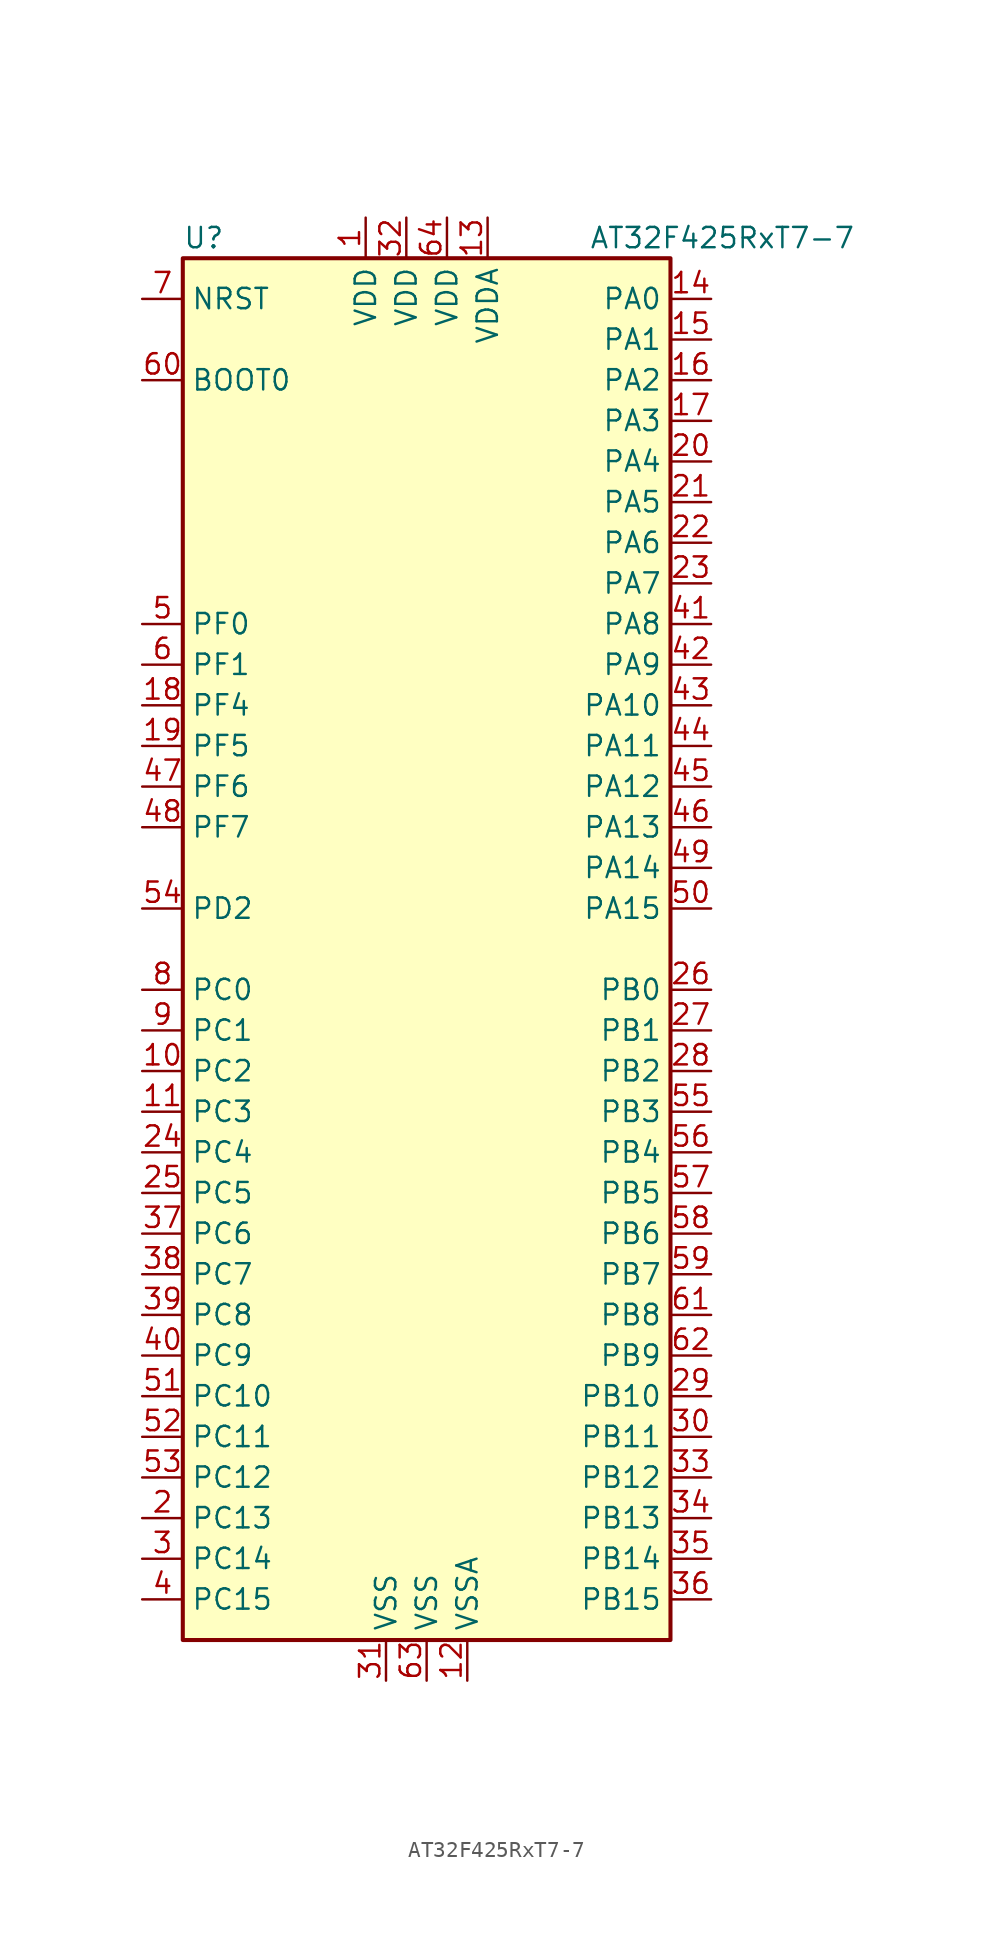
<source format=kicad_sym>
(kicad_symbol_lib
  (version 20220331)
  (generator kicad_symbol_editor)
  (symbol "AT32F425RxT7-7"
    (property "Reference" "U"
      (at -15.24 44.45 0)
      (effects (font (size 1.27 1.27)) (justify left)))
    (property "Value" "AT32F425RxT7-7"
      (at 10.16 44.45 0)
      (effects (font (size 1.27 1.27)) (justify left)))
    (symbol "AT32F425RxT7-7_0_1"
      (rectangle (start -15.24 -43.18) (end 15.24 43.18) (stroke (width 0.254) (type default)) (fill (type background))))
    (symbol "AT32F425RxT7-7_1_1"
      (pin power_in line (at -3.81 45.72 270) (length 2.54) (name "VDD" (effects (font (size 1.27 1.27)))) (number "1" (effects (font (size 1.27 1.27)))))
      (pin bidirectional line (at -17.78 -7.62 0) (length 2.54) (name "PC2" (effects (font (size 1.27 1.27)))) (number "10" (effects (font (size 1.27 1.27)))))
      (pin bidirectional line (at -17.78 -10.16 0) (length 2.54) (name "PC3" (effects (font (size 1.27 1.27)))) (number "11" (effects (font (size 1.27 1.27)))))
      (pin power_in line (at 2.54 -45.72 90) (length 2.54) (name "VSSA" (effects (font (size 1.27 1.27)))) (number "12" (effects (font (size 1.27 1.27)))))
      (pin power_in line (at 3.81 45.72 270) (length 2.54) (name "VDDA" (effects (font (size 1.27 1.27)))) (number "13" (effects (font (size 1.27 1.27)))))
      (pin bidirectional line (at 17.78 40.64 180) (length 2.54) (name "PA0" (effects (font (size 1.27 1.27)))) (number "14" (effects (font (size 1.27 1.27)))))
      (pin bidirectional line (at 17.78 38.1 180) (length 2.54) (name "PA1" (effects (font (size 1.27 1.27)))) (number "15" (effects (font (size 1.27 1.27)))))
      (pin bidirectional line (at 17.78 35.56 180) (length 2.54) (name "PA2" (effects (font (size 1.27 1.27)))) (number "16" (effects (font (size 1.27 1.27)))))
      (pin bidirectional line (at 17.78 33.02 180) (length 2.54) (name "PA3" (effects (font (size 1.27 1.27)))) (number "17" (effects (font (size 1.27 1.27)))))
      (pin bidirectional line (at -17.78 15.24 0) (length 2.54) (name "PF4" (effects (font (size 1.27 1.27)))) (number "18" (effects (font (size 1.27 1.27)))))
      (pin bidirectional line (at -17.78 12.7 0) (length 2.54) (name "PF5" (effects (font (size 1.27 1.27)))) (number "19" (effects (font (size 1.27 1.27)))))
      (pin bidirectional line (at -17.78 -35.56 0) (length 2.54) (name "PC13" (effects (font (size 1.27 1.27)))) (number "2" (effects (font (size 1.27 1.27)))))
      (pin bidirectional line (at 17.78 30.48 180) (length 2.54) (name "PA4" (effects (font (size 1.27 1.27)))) (number "20" (effects (font (size 1.27 1.27)))))
      (pin bidirectional line (at 17.78 27.94 180) (length 2.54) (name "PA5" (effects (font (size 1.27 1.27)))) (number "21" (effects (font (size 1.27 1.27)))))
      (pin bidirectional line (at 17.78 25.4 180) (length 2.54) (name "PA6" (effects (font (size 1.27 1.27)))) (number "22" (effects (font (size 1.27 1.27)))))
      (pin bidirectional line (at 17.78 22.86 180) (length 2.54) (name "PA7" (effects (font (size 1.27 1.27)))) (number "23" (effects (font (size 1.27 1.27)))))
      (pin bidirectional line (at -17.78 -12.7 0) (length 2.54) (name "PC4" (effects (font (size 1.27 1.27)))) (number "24" (effects (font (size 1.27 1.27)))))
      (pin bidirectional line (at -17.78 -15.24 0) (length 2.54) (name "PC5" (effects (font (size 1.27 1.27)))) (number "25" (effects (font (size 1.27 1.27)))))
      (pin bidirectional line (at 17.78 -2.54 180) (length 2.54) (name "PB0" (effects (font (size 1.27 1.27)))) (number "26" (effects (font (size 1.27 1.27)))))
      (pin bidirectional line (at 17.78 -5.08 180) (length 2.54) (name "PB1" (effects (font (size 1.27 1.27)))) (number "27" (effects (font (size 1.27 1.27)))))
      (pin bidirectional line (at 17.78 -7.62 180) (length 2.54) (name "PB2" (effects (font (size 1.27 1.27)))) (number "28" (effects (font (size 1.27 1.27)))))
      (pin bidirectional line (at 17.78 -27.94 180) (length 2.54) (name "PB10" (effects (font (size 1.27 1.27)))) (number "29" (effects (font (size 1.27 1.27)))))
      (pin bidirectional line (at -17.78 -38.1 0) (length 2.54) (name "PC14" (effects (font (size 1.27 1.27)))) (number "3" (effects (font (size 1.27 1.27)))))
      (pin bidirectional line (at 17.78 -30.48 180) (length 2.54) (name "PB11" (effects (font (size 1.27 1.27)))) (number "30" (effects (font (size 1.27 1.27)))))
      (pin power_in line (at -2.54 -45.72 90) (length 2.54) (name "VSS" (effects (font (size 1.27 1.27)))) (number "31" (effects (font (size 1.27 1.27)))))
      (pin power_in line (at -1.27 45.72 270) (length 2.54) (name "VDD" (effects (font (size 1.27 1.27)))) (number "32" (effects (font (size 1.27 1.27)))))
      (pin bidirectional line (at 17.78 -33.02 180) (length 2.54) (name "PB12" (effects (font (size 1.27 1.27)))) (number "33" (effects (font (size 1.27 1.27)))))
      (pin bidirectional line (at 17.78 -35.56 180) (length 2.54) (name "PB13" (effects (font (size 1.27 1.27)))) (number "34" (effects (font (size 1.27 1.27)))))
      (pin bidirectional line (at 17.78 -38.1 180) (length 2.54) (name "PB14" (effects (font (size 1.27 1.27)))) (number "35" (effects (font (size 1.27 1.27)))))
      (pin bidirectional line (at 17.78 -40.64 180) (length 2.54) (name "PB15" (effects (font (size 1.27 1.27)))) (number "36" (effects (font (size 1.27 1.27)))))
      (pin bidirectional line (at -17.78 -17.78 0) (length 2.54) (name "PC6" (effects (font (size 1.27 1.27)))) (number "37" (effects (font (size 1.27 1.27)))))
      (pin bidirectional line (at -17.78 -20.32 0) (length 2.54) (name "PC7" (effects (font (size 1.27 1.27)))) (number "38" (effects (font (size 1.27 1.27)))))
      (pin bidirectional line (at -17.78 -22.86 0) (length 2.54) (name "PC8" (effects (font (size 1.27 1.27)))) (number "39" (effects (font (size 1.27 1.27)))))
      (pin bidirectional line (at -17.78 -40.64 0) (length 2.54) (name "PC15" (effects (font (size 1.27 1.27)))) (number "4" (effects (font (size 1.27 1.27)))))
      (pin bidirectional line (at -17.78 -25.4 0) (length 2.54) (name "PC9" (effects (font (size 1.27 1.27)))) (number "40" (effects (font (size 1.27 1.27)))))
      (pin bidirectional line (at 17.78 20.32 180) (length 2.54) (name "PA8" (effects (font (size 1.27 1.27)))) (number "41" (effects (font (size 1.27 1.27)))))
      (pin bidirectional line (at 17.78 17.78 180) (length 2.54) (name "PA9" (effects (font (size 1.27 1.27)))) (number "42" (effects (font (size 1.27 1.27)))))
      (pin bidirectional line (at 17.78 15.24 180) (length 2.54) (name "PA10" (effects (font (size 1.27 1.27)))) (number "43" (effects (font (size 1.27 1.27)))))
      (pin bidirectional line (at 17.78 12.7 180) (length 2.54) (name "PA11" (effects (font (size 1.27 1.27)))) (number "44" (effects (font (size 1.27 1.27)))))
      (pin bidirectional line (at 17.78 10.16 180) (length 2.54) (name "PA12" (effects (font (size 1.27 1.27)))) (number "45" (effects (font (size 1.27 1.27)))))
      (pin bidirectional line (at 17.78 7.62 180) (length 2.54) (name "PA13" (effects (font (size 1.27 1.27)))) (number "46" (effects (font (size 1.27 1.27)))))
      (pin bidirectional line (at -17.78 10.16 0) (length 2.54) (name "PF6" (effects (font (size 1.27 1.27)))) (number "47" (effects (font (size 1.27 1.27)))))
      (pin bidirectional line (at -17.78 7.62 0) (length 2.54) (name "PF7" (effects (font (size 1.27 1.27)))) (number "48" (effects (font (size 1.27 1.27)))))
      (pin bidirectional line (at 17.78 5.08 180) (length 2.54) (name "PA14" (effects (font (size 1.27 1.27)))) (number "49" (effects (font (size 1.27 1.27)))))
      (pin input line (at -17.78 20.32 0) (length 2.54) (name "PF0" (effects (font (size 1.27 1.27)))) (number "5" (effects (font (size 1.27 1.27)))))
      (pin bidirectional line (at 17.78 2.54 180) (length 2.54) (name "PA15" (effects (font (size 1.27 1.27)))) (number "50" (effects (font (size 1.27 1.27)))))
      (pin bidirectional line (at -17.78 -27.94 0) (length 2.54) (name "PC10" (effects (font (size 1.27 1.27)))) (number "51" (effects (font (size 1.27 1.27)))))
      (pin bidirectional line (at -17.78 -30.48 0) (length 2.54) (name "PC11" (effects (font (size 1.27 1.27)))) (number "52" (effects (font (size 1.27 1.27)))))
      (pin bidirectional line (at -17.78 -33.02 0) (length 2.54) (name "PC12" (effects (font (size 1.27 1.27)))) (number "53" (effects (font (size 1.27 1.27)))))
      (pin bidirectional line (at -17.78 2.54 0) (length 2.54) (name "PD2" (effects (font (size 1.27 1.27)))) (number "54" (effects (font (size 1.27 1.27)))))
      (pin bidirectional line (at 17.78 -10.16 180) (length 2.54) (name "PB3" (effects (font (size 1.27 1.27)))) (number "55" (effects (font (size 1.27 1.27)))))
      (pin bidirectional line (at 17.78 -12.7 180) (length 2.54) (name "PB4" (effects (font (size 1.27 1.27)))) (number "56" (effects (font (size 1.27 1.27)))))
      (pin bidirectional line (at 17.78 -15.24 180) (length 2.54) (name "PB5" (effects (font (size 1.27 1.27)))) (number "57" (effects (font (size 1.27 1.27)))))
      (pin bidirectional line (at 17.78 -17.78 180) (length 2.54) (name "PB6" (effects (font (size 1.27 1.27)))) (number "58" (effects (font (size 1.27 1.27)))))
      (pin bidirectional line (at 17.78 -20.32 180) (length 2.54) (name "PB7" (effects (font (size 1.27 1.27)))) (number "59" (effects (font (size 1.27 1.27)))))
      (pin input line (at -17.78 17.78 0) (length 2.54) (name "PF1" (effects (font (size 1.27 1.27)))) (number "6" (effects (font (size 1.27 1.27)))))
      (pin input line (at -17.78 35.56 0) (length 2.54) (name "BOOT0" (effects (font (size 1.27 1.27)))) (number "60" (effects (font (size 1.27 1.27)))))
      (pin bidirectional line (at 17.78 -22.86 180) (length 2.54) (name "PB8" (effects (font (size 1.27 1.27)))) (number "61" (effects (font (size 1.27 1.27)))))
      (pin bidirectional line (at 17.78 -25.4 180) (length 2.54) (name "PB9" (effects (font (size 1.27 1.27)))) (number "62" (effects (font (size 1.27 1.27)))))
      (pin power_in line (at 0 -45.72 90) (length 2.54) (name "VSS" (effects (font (size 1.27 1.27)))) (number "63" (effects (font (size 1.27 1.27)))))
      (pin power_in line (at 1.27 45.72 270) (length 2.54) (name "VDD" (effects (font (size 1.27 1.27)))) (number "64" (effects (font (size 1.27 1.27)))))
      (pin input line (at -17.78 40.64 0) (length 2.54) (name "NRST" (effects (font (size 1.27 1.27)))) (number "7" (effects (font (size 1.27 1.27)))))
      (pin bidirectional line (at -17.78 -2.54 0) (length 2.54) (name "PC0" (effects (font (size 1.27 1.27)))) (number "8" (effects (font (size 1.27 1.27)))))
      (pin bidirectional line (at -17.78 -5.08 0) (length 2.54) (name "PC1" (effects (font (size 1.27 1.27)))) (number "9" (effects (font (size 1.27 1.27))))))))
</source>
